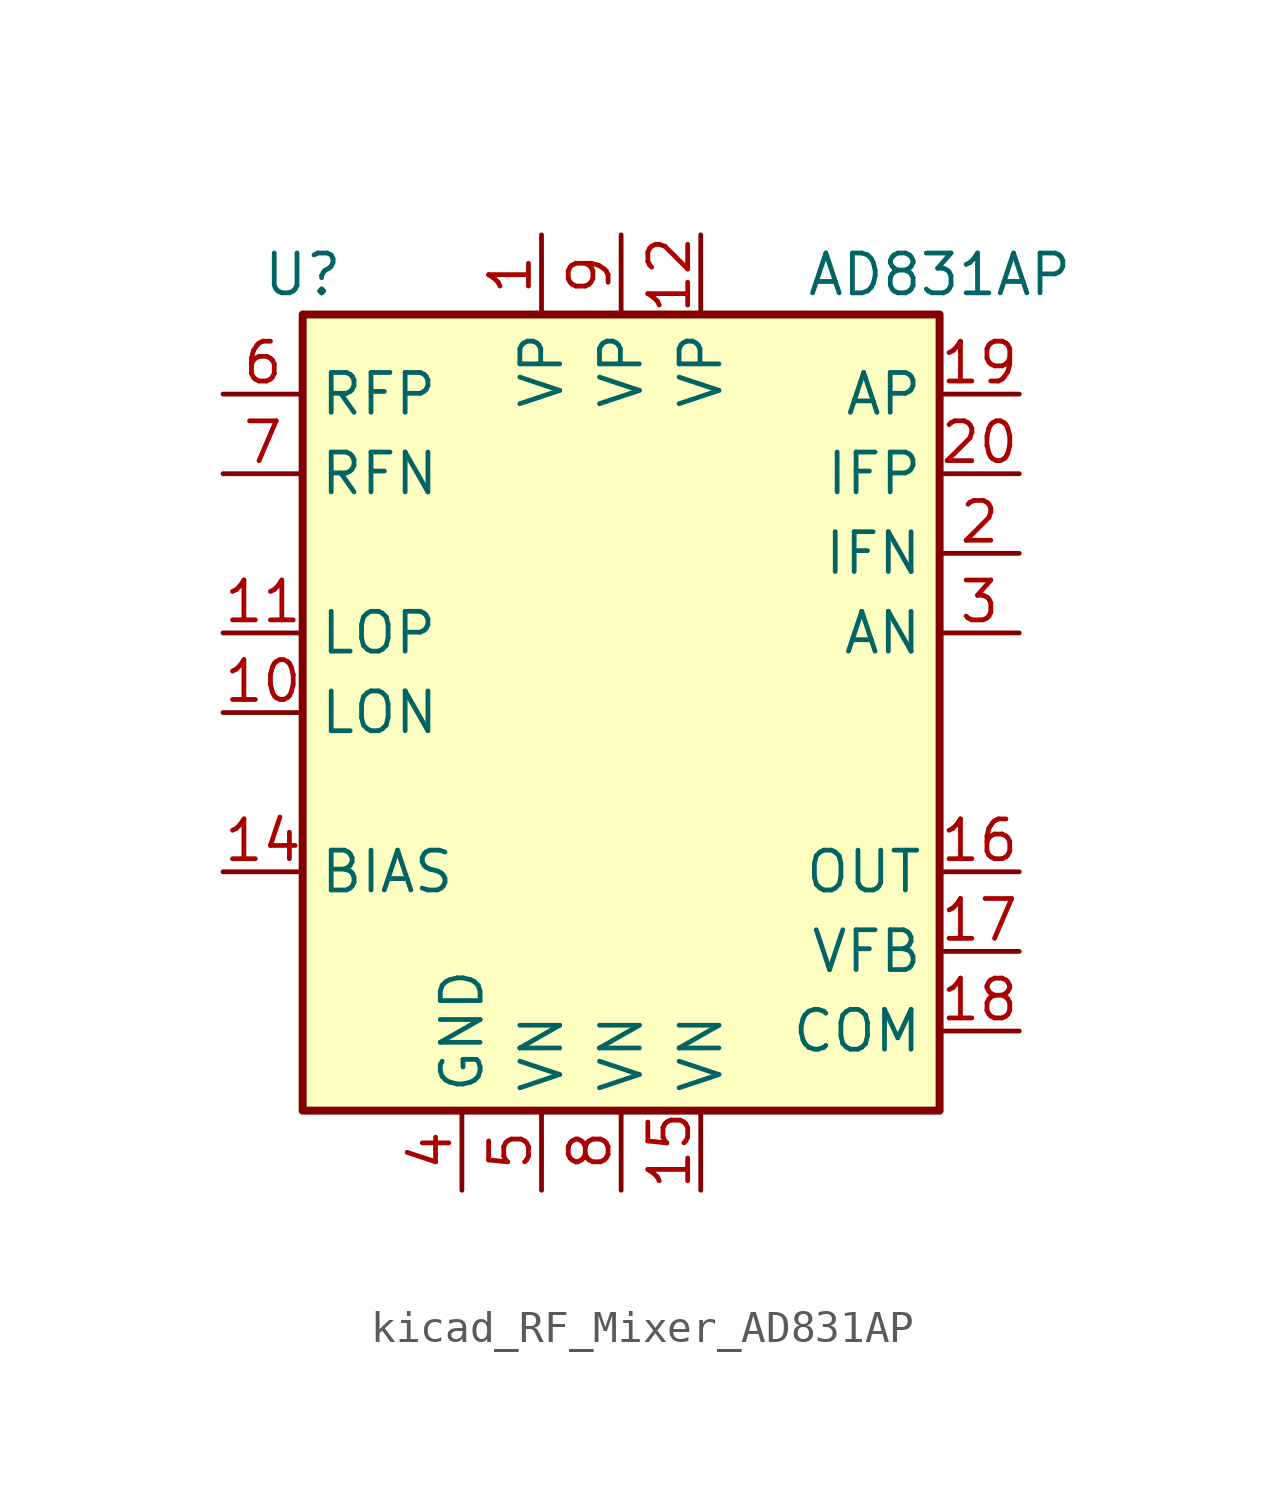
<source format=kicad_sym>
(kicad_symbol_lib
  (version 20220914)
  (generator kicad_symbol_editor)
  (symbol "kicad_RF_Mixer_AD831AP"
    (property "Reference" "U"
      (at -10.16 13.97 0)
      (effects (font (size 1.27 1.27))))
    (property "Value" "AD831AP"
      (at 10.16 13.97 0)
      (effects (font (size 1.27 1.27))))
    (symbol "kicad_RF_Mixer_AD831AP_0_1"
      (rectangle (start 10.16 12.7) (end -10.16 -12.7) (stroke (width 0.254) (type default)) (fill (type background))))
    (symbol "kicad_RF_Mixer_AD831AP_1_1"
      (pin power_in line (at -2.54 15.24 270) (length 2.54) (name "VP" (effects (font (size 1.27 1.27)))) (number "1" (effects (font (size 1.27 1.27)))))
      (pin input line (at -12.7 0 0) (length 2.54) (name "LON" (effects (font (size 1.27 1.27)))) (number "10" (effects (font (size 1.27 1.27)))))
      (pin input line (at -12.7 2.54 0) (length 2.54) (name "LOP" (effects (font (size 1.27 1.27)))) (number "11" (effects (font (size 1.27 1.27)))))
      (pin power_in line (at 2.54 15.24 270) (length 2.54) (name "VP" (effects (font (size 1.27 1.27)))) (number "12" (effects (font (size 1.27 1.27)))))
      (pin passive line (at -5.08 -15.24 90) (length 2.54) hide (name "GND" (effects (font (size 1.27 1.27)))) (number "13" (effects (font (size 1.27 1.27)))))
      (pin passive line (at -12.7 -5.08 0) (length 2.54) (name "BIAS" (effects (font (size 1.27 1.27)))) (number "14" (effects (font (size 1.27 1.27)))))
      (pin power_in line (at 2.54 -15.24 90) (length 2.54) (name "VN" (effects (font (size 1.27 1.27)))) (number "15" (effects (font (size 1.27 1.27)))))
      (pin output line (at 12.7 -5.08 180) (length 2.54) (name "OUT" (effects (font (size 1.27 1.27)))) (number "16" (effects (font (size 1.27 1.27)))))
      (pin passive line (at 12.7 -7.62 180) (length 2.54) (name "VFB" (effects (font (size 1.27 1.27)))) (number "17" (effects (font (size 1.27 1.27)))))
      (pin passive line (at 12.7 -10.16 180) (length 2.54) (name "COM" (effects (font (size 1.27 1.27)))) (number "18" (effects (font (size 1.27 1.27)))))
      (pin input line (at 12.7 10.16 180) (length 2.54) (name "AP" (effects (font (size 1.27 1.27)))) (number "19" (effects (font (size 1.27 1.27)))))
      (pin open_collector line (at 12.7 5.08 180) (length 2.54) (name "IFN" (effects (font (size 1.27 1.27)))) (number "2" (effects (font (size 1.27 1.27)))))
      (pin open_collector line (at 12.7 7.62 180) (length 2.54) (name "IFP" (effects (font (size 1.27 1.27)))) (number "20" (effects (font (size 1.27 1.27)))))
      (pin input line (at 12.7 2.54 180) (length 2.54) (name "AN" (effects (font (size 1.27 1.27)))) (number "3" (effects (font (size 1.27 1.27)))))
      (pin power_in line (at -5.08 -15.24 90) (length 2.54) (name "GND" (effects (font (size 1.27 1.27)))) (number "4" (effects (font (size 1.27 1.27)))))
      (pin power_in line (at -2.54 -15.24 90) (length 2.54) (name "VN" (effects (font (size 1.27 1.27)))) (number "5" (effects (font (size 1.27 1.27)))))
      (pin input line (at -12.7 10.16 0) (length 2.54) (name "RFP" (effects (font (size 1.27 1.27)))) (number "6" (effects (font (size 1.27 1.27)))))
      (pin input line (at -12.7 7.62 0) (length 2.54) (name "RFN" (effects (font (size 1.27 1.27)))) (number "7" (effects (font (size 1.27 1.27)))))
      (pin power_in line (at 0 -15.24 90) (length 2.54) (name "VN" (effects (font (size 1.27 1.27)))) (number "8" (effects (font (size 1.27 1.27)))))
      (pin power_in line (at 0 15.24 270) (length 2.54) (name "VP" (effects (font (size 1.27 1.27)))) (number "9" (effects (font (size 1.27 1.27))))))))
</source>
